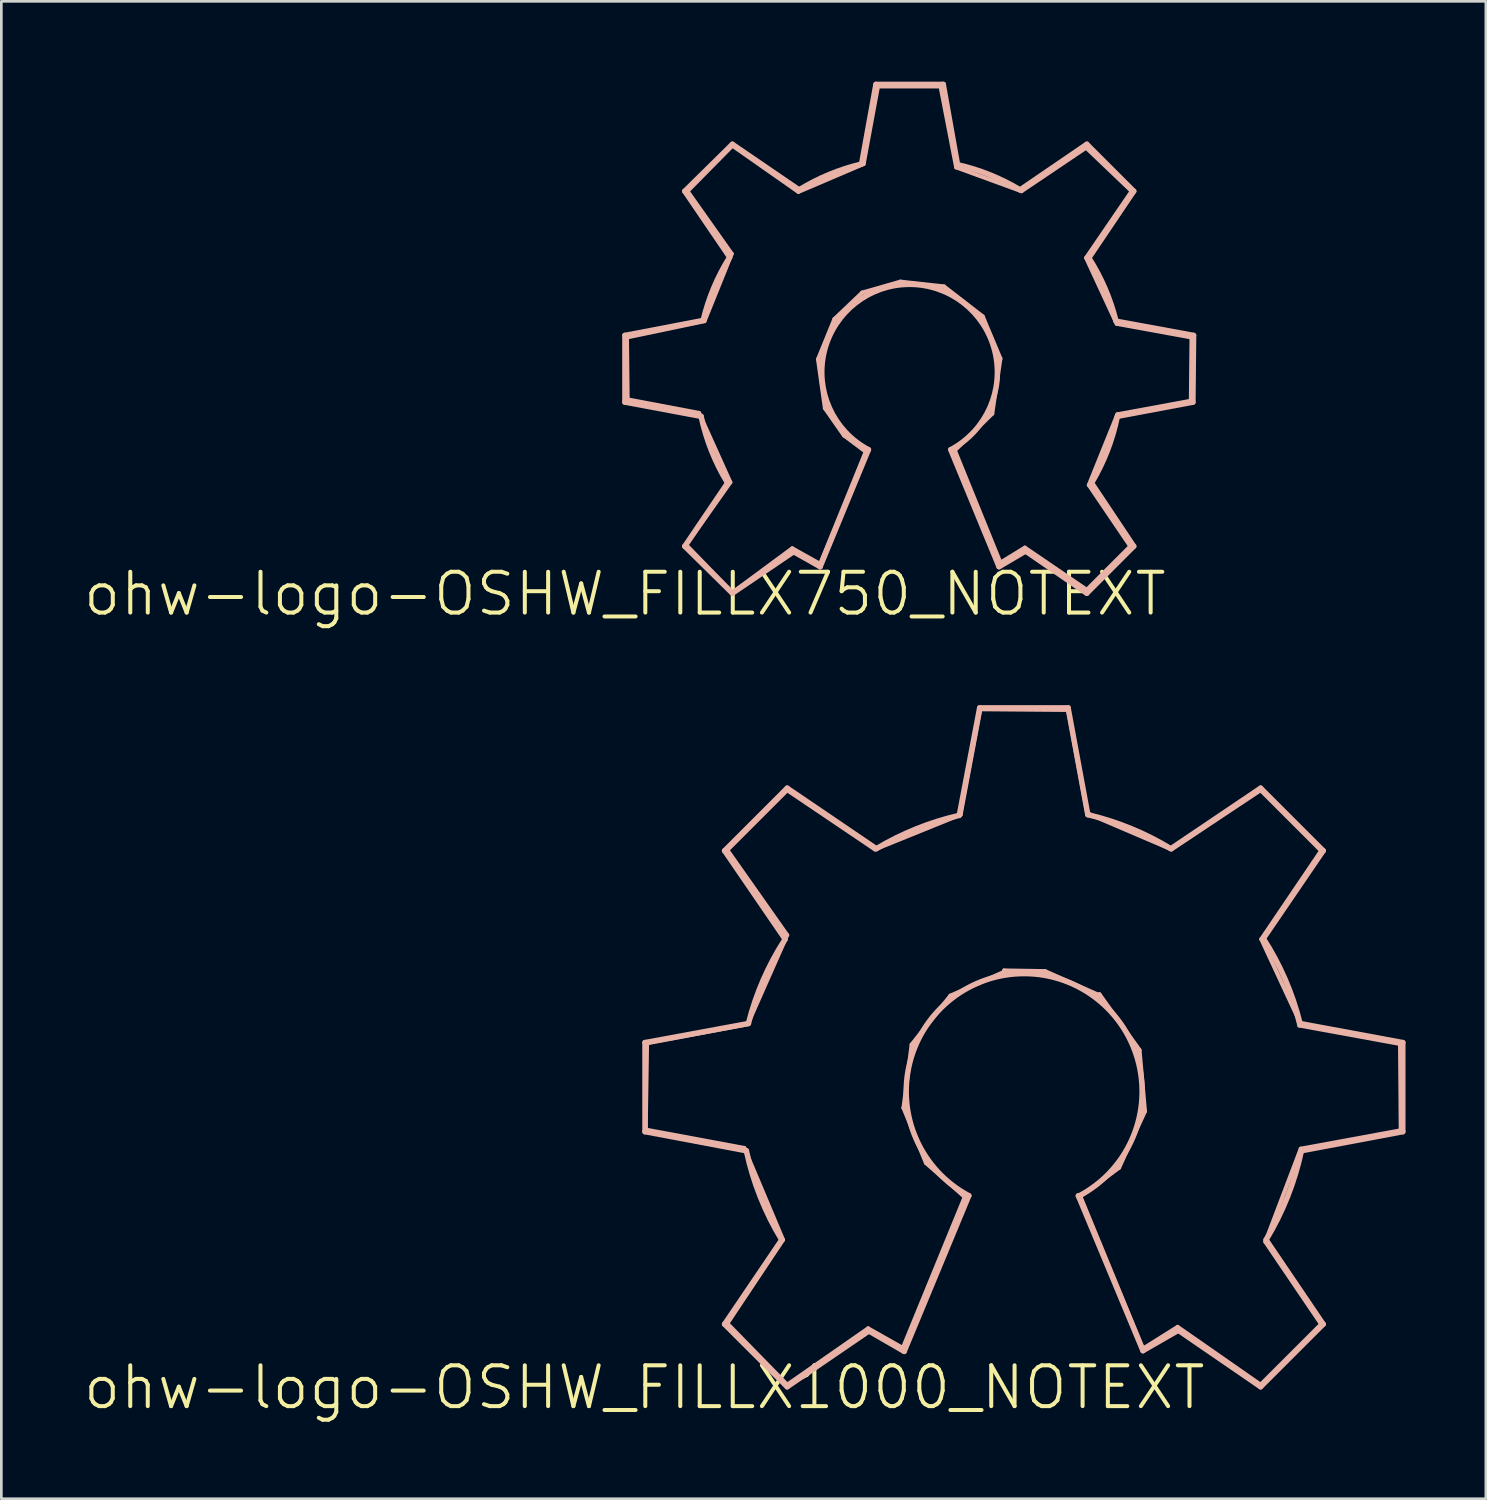
<source format=kicad_pcb>
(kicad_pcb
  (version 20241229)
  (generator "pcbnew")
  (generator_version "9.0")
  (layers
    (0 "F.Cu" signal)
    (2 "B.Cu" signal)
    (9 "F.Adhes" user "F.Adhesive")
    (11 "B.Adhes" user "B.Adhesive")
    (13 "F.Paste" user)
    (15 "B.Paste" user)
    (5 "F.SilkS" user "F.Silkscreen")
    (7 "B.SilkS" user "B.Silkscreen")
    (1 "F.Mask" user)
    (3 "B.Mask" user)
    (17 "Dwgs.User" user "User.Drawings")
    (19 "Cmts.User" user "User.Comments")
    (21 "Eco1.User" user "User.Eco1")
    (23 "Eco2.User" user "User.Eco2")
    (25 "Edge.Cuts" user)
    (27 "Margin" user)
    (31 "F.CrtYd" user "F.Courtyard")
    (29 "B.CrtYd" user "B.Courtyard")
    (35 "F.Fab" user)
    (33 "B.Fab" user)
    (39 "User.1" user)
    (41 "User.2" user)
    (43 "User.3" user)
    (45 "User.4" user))
  (footprint "ohw-logo-OSHW_FILLX1000_NOTEXT"
    (layer "F.Cu")
    (at 21.009 48.757)
    (property "Reference" "ohw-logo-OSHW_FILLX1000_NOTEXT" (at 0 0 0) (layer "F.SilkS") (effects (font (size 1.524 1.524) (thickness 0.15))))
    (attr exclude_from_pos_files exclude_from_bom)
    (fp_line (start 0.025 -12.878) (end 3.886 -13.589) (stroke (width 0.203) (type solid)) (layer "B.SilkS"))
    (fp_line (start 0.025 -9.55) (end 0.025 -12.878) (stroke (width 0.203) (type solid)) (layer "B.SilkS"))
    (fp_line (start 0.051 -9.627) (end 0.102 -12.852) (stroke (width 0.152) (type solid)) (layer "B.SilkS"))
    (fp_line (start 0.102 -12.852) (end 3.861 -13.564) (stroke (width 0.152) (type solid)) (layer "B.SilkS"))
    (fp_line (start 2.997 -20.041) (end 5.334 -22.377) (stroke (width 0.203) (type solid)) (layer "B.SilkS"))
    (fp_line (start 2.997 -2.362) (end 5.131 -5.512) (stroke (width 0.203) (type solid)) (layer "B.SilkS"))
    (fp_line (start 3.099 -20.066) (end 5.334 -22.301) (stroke (width 0.152) (type solid)) (layer "B.SilkS"))
    (fp_line (start 3.099 -2.388) (end 5.179 -5.512) (stroke (width 0.152) (type solid)) (layer "B.SilkS"))
    (fp_line (start 3.734 -8.941) (end 0.051 -9.627) (stroke (width 0.152) (type solid)) (layer "B.SilkS"))
    (fp_line (start 3.81 -8.837) (end 0.025 -9.55) (stroke (width 0.203) (type solid)) (layer "B.SilkS"))
    (fp_line (start 3.861 -13.564) (end 5.334 -16.891) (stroke (width 0.152) (type solid)) (layer "B.SilkS"))
    (fp_line (start 5.179 -5.512) (end 3.734 -8.941) (stroke (width 0.152) (type solid)) (layer "B.SilkS"))
    (fp_line (start 5.258 -16.739) (end 2.997 -20.041) (stroke (width 0.203) (type solid)) (layer "B.SilkS"))
    (fp_line (start 5.334 -22.377) (end 8.661 -20.117) (stroke (width 0.203) (type solid)) (layer "B.SilkS"))
    (fp_line (start 5.334 -22.301) (end 8.611 -20.091) (stroke (width 0.152) (type solid)) (layer "B.SilkS"))
    (fp_line (start 5.334 -16.891) (end 3.099 -20.066) (stroke (width 0.152) (type solid)) (layer "B.SilkS"))
    (fp_line (start 5.334 -0.102) (end 3.099 -2.388) (stroke (width 0.152) (type solid)) (layer "B.SilkS"))
    (fp_line (start 5.334 -0.025) (end 2.997 -2.362) (stroke (width 0.203) (type solid)) (layer "B.SilkS"))
    (fp_line (start 8.357 -2.207) (end 5.334 -0.102) (stroke (width 0.152) (type solid)) (layer "B.SilkS"))
    (fp_line (start 8.382 -2.108) (end 5.334 -0.025) (stroke (width 0.203) (type solid)) (layer "B.SilkS"))
    (fp_line (start 8.611 -20.091) (end 11.811 -21.387) (stroke (width 0.152) (type solid)) (layer "B.SilkS"))
    (fp_line (start 9.652 -1.473) (end 8.357 -2.207) (stroke (width 0.152) (type solid)) (layer "B.SilkS"))
    (fp_line (start 9.677 -10.439) (end 10.516 -8.382) (stroke (width 0.152) (type solid)) (layer "B.SilkS"))
    (fp_line (start 9.703 -1.346) (end 8.382 -2.108) (stroke (width 0.203) (type solid)) (layer "B.SilkS"))
    (fp_line (start 9.982 -12.802) (end 9.677 -10.439) (stroke (width 0.152) (type solid)) (layer "B.SilkS"))
    (fp_line (start 10.516 -8.382) (end 11.963 -7.112) (stroke (width 0.152) (type solid)) (layer "B.SilkS"))
    (fp_line (start 11.43 -14.63) (end 9.982 -12.802) (stroke (width 0.152) (type solid)) (layer "B.SilkS"))
    (fp_line (start 11.76 -21.361) (end 12.522 -25.375) (stroke (width 0.203) (type solid)) (layer "B.SilkS"))
    (fp_line (start 11.811 -21.387) (end 12.548 -25.324) (stroke (width 0.152) (type solid)) (layer "B.SilkS"))
    (fp_line (start 11.963 -7.112) (end 9.652 -1.473) (stroke (width 0.152) (type solid)) (layer "B.SilkS"))
    (fp_line (start 12.116 -7.16) (end 9.703 -1.346) (stroke (width 0.203) (type solid)) (layer "B.SilkS"))
    (fp_line (start 12.522 -25.375) (end 15.824 -25.375) (stroke (width 0.203) (type solid)) (layer "B.SilkS"))
    (fp_line (start 12.548 -25.324) (end 15.824 -25.298) (stroke (width 0.152) (type solid)) (layer "B.SilkS"))
    (fp_line (start 13.437 -15.57) (end 13.437 -15.519) (stroke (width 0.152) (type solid)) (layer "B.SilkS"))
    (fp_line (start 13.437 -15.519) (end 11.43 -14.63) (stroke (width 0.152) (type solid)) (layer "B.SilkS"))
    (fp_line (start 14.961 -15.545) (end 13.437 -15.57) (stroke (width 0.152) (type solid)) (layer "B.SilkS"))
    (fp_line (start 15.824 -25.375) (end 16.561 -21.387) (stroke (width 0.203) (type solid)) (layer "B.SilkS"))
    (fp_line (start 15.824 -25.298) (end 16.535 -21.438) (stroke (width 0.152) (type solid)) (layer "B.SilkS"))
    (fp_line (start 16.281 -7.137) (end 17.727 -8.204) (stroke (width 0.152) (type solid)) (layer "B.SilkS"))
    (fp_line (start 16.535 -21.438) (end 19.685 -20.091) (stroke (width 0.152) (type solid)) (layer "B.SilkS"))
    (fp_line (start 16.967 -14.656) (end 14.961 -15.545) (stroke (width 0.152) (type solid)) (layer "B.SilkS"))
    (fp_line (start 16.993 -14.681) (end 16.967 -14.656) (stroke (width 0.152) (type solid)) (layer "B.SilkS"))
    (fp_line (start 17.727 -8.204) (end 18.694 -10.312) (stroke (width 0.152) (type solid)) (layer "B.SilkS"))
    (fp_line (start 18.491 -12.598) (end 16.993 -14.681) (stroke (width 0.152) (type solid)) (layer "B.SilkS"))
    (fp_line (start 18.618 -1.448) (end 16.281 -7.137) (stroke (width 0.152) (type solid)) (layer "B.SilkS"))
    (fp_line (start 18.618 -1.372) (end 16.205 -7.16) (stroke (width 0.203) (type solid)) (layer "B.SilkS"))
    (fp_line (start 18.694 -10.312) (end 18.491 -12.598) (stroke (width 0.152) (type solid)) (layer "B.SilkS"))
    (fp_line (start 19.66 -20.117) (end 23.012 -22.377) (stroke (width 0.203) (type solid)) (layer "B.SilkS"))
    (fp_line (start 19.685 -20.091) (end 23.012 -22.301) (stroke (width 0.152) (type solid)) (layer "B.SilkS"))
    (fp_line (start 19.914 -2.261) (end 18.618 -1.448) (stroke (width 0.152) (type solid)) (layer "B.SilkS"))
    (fp_line (start 19.939 -2.134) (end 18.618 -1.372) (stroke (width 0.203) (type solid)) (layer "B.SilkS"))
    (fp_line (start 23.012 -22.377) (end 25.349 -20.041) (stroke (width 0.203) (type solid)) (layer "B.SilkS"))
    (fp_line (start 23.012 -22.301) (end 25.273 -20.041) (stroke (width 0.152) (type solid)) (layer "B.SilkS"))
    (fp_line (start 23.012 -0.102) (end 19.914 -2.261) (stroke (width 0.152) (type solid)) (layer "B.SilkS"))
    (fp_line (start 23.012 -0.025) (end 19.939 -2.134) (stroke (width 0.203) (type solid)) (layer "B.SilkS"))
    (fp_line (start 23.038 -16.739) (end 24.359 -13.894) (stroke (width 0.152) (type solid)) (layer "B.SilkS"))
    (fp_line (start 23.19 -5.436) (end 25.273 -2.362) (stroke (width 0.152) (type solid)) (layer "B.SilkS"))
    (fp_line (start 23.216 -5.512) (end 25.349 -2.362) (stroke (width 0.203) (type solid)) (layer "B.SilkS"))
    (fp_line (start 24.359 -13.894) (end 24.46 -13.513) (stroke (width 0.152) (type solid)) (layer "B.SilkS"))
    (fp_line (start 24.46 -13.513) (end 28.219 -12.827) (stroke (width 0.152) (type solid)) (layer "B.SilkS"))
    (fp_line (start 24.486 -13.589) (end 28.321 -12.878) (stroke (width 0.203) (type solid)) (layer "B.SilkS"))
    (fp_line (start 24.511 -8.915) (end 23.19 -5.436) (stroke (width 0.152) (type solid)) (layer "B.SilkS"))
    (fp_line (start 25.273 -20.041) (end 23.038 -16.739) (stroke (width 0.152) (type solid)) (layer "B.SilkS"))
    (fp_line (start 25.273 -2.362) (end 23.012 -0.102) (stroke (width 0.152) (type solid)) (layer "B.SilkS"))
    (fp_line (start 25.349 -20.041) (end 23.114 -16.764) (stroke (width 0.203) (type solid)) (layer "B.SilkS"))
    (fp_line (start 25.349 -2.362) (end 23.012 -0.025) (stroke (width 0.203) (type solid)) (layer "B.SilkS"))
    (fp_line (start 28.219 -12.827) (end 28.245 -9.601) (stroke (width 0.152) (type solid)) (layer "B.SilkS"))
    (fp_line (start 28.245 -9.601) (end 24.511 -8.915) (stroke (width 0.152) (type solid)) (layer "B.SilkS"))
    (fp_line (start 28.321 -12.878) (end 28.321 -9.55) (stroke (width 0.203) (type solid)) (layer "B.SilkS"))
    (fp_line (start 28.321 -9.55) (end 24.536 -8.837) (stroke (width 0.203) (type solid)) (layer "B.SilkS"))
    (fp_arc (start 3.8862 -13.589) (mid 4.438549 -15.212108) (end 5.248576 -16.723209) (stroke (width 0.2032) (type solid)) (layer "B.SilkS"))
    (fp_arc (start 5.1308 -5.5118) (mid 4.330293 -7.116397) (end 3.811588 -8.83293) (stroke (width 0.2032) (type solid)) (layer "B.SilkS"))
    (fp_arc (start 8.6614 -20.1168) (mid 10.159196 -20.8601) (end 11.754829 -21.359942) (stroke (width 0.2032) (type solid)) (layer "B.SilkS"))
    (fp_arc (start 12.1158 -7.16026) (mid 14.206315 -15.453154) (end 16.210272 -7.138919) (stroke (width 0.2032) (type solid)) (layer "B.SilkS"))
    (fp_arc (start 16.5608 -21.3868) (mid 18.157465 -20.876494) (end 19.653326 -20.120085) (stroke (width 0.2032) (type solid)) (layer "B.SilkS"))
    (fp_arc (start 23.114 -16.764) (mid 23.927716 -15.241583) (end 24.481856 -13.606708) (stroke (width 0.2032) (type solid)) (layer "B.SilkS"))
    (fp_arc (start 24.5364 -8.83666) (mid 24.015887 -7.118596) (end 23.216144 -5.511396) (stroke (width 0.2032) (type solid)) (layer "B.SilkS")))
  (footprint "ohw-logo-OSHW_FILLX750_NOTEXT"
    (layer "F.Cu")
    (at 20.284 19.126)
    (property "Reference" "ohw-logo-OSHW_FILLX750_NOTEXT" (at 0 0 0) (layer "F.SilkS") (effects (font (size 1.524 1.524) (thickness 0.15))))
    (attr exclude_from_pos_files exclude_from_bom)
    (fp_line (start 0 -9.652) (end 2.921 -10.211) (stroke (width 0.203) (type solid)) (layer "B.SilkS"))
    (fp_line (start 0 -7.16) (end 0 -9.652) (stroke (width 0.203) (type solid)) (layer "B.SilkS"))
    (fp_line (start 0.076 -9.576) (end 2.972 -10.185) (stroke (width 0.152) (type solid)) (layer "B.SilkS"))
    (fp_line (start 0.102 -7.262) (end 0.076 -9.576) (stroke (width 0.152) (type solid)) (layer "B.SilkS"))
    (fp_line (start 2.235 -15.037) (end 4.013 -16.789) (stroke (width 0.203) (type solid)) (layer "B.SilkS"))
    (fp_line (start 2.235 -1.778) (end 3.835 -4.14) (stroke (width 0.203) (type solid)) (layer "B.SilkS"))
    (fp_line (start 2.286 -1.829) (end 3.937 -4.166) (stroke (width 0.152) (type solid)) (layer "B.SilkS"))
    (fp_line (start 2.337 -15.037) (end 4.013 -16.739) (stroke (width 0.152) (type solid)) (layer "B.SilkS"))
    (fp_line (start 2.769 -6.756) (end 0.102 -7.262) (stroke (width 0.152) (type solid)) (layer "B.SilkS"))
    (fp_line (start 2.845 -6.629) (end 0 -7.16) (stroke (width 0.203) (type solid)) (layer "B.SilkS"))
    (fp_line (start 2.972 -10.185) (end 3.988 -12.7) (stroke (width 0.152) (type solid)) (layer "B.SilkS"))
    (fp_line (start 3.912 -12.573) (end 2.235 -15.037) (stroke (width 0.203) (type solid)) (layer "B.SilkS"))
    (fp_line (start 3.937 -4.166) (end 2.769 -6.756) (stroke (width 0.152) (type solid)) (layer "B.SilkS"))
    (fp_line (start 3.988 -12.7) (end 2.337 -15.037) (stroke (width 0.152) (type solid)) (layer "B.SilkS"))
    (fp_line (start 4.013 -16.789) (end 6.502 -15.088) (stroke (width 0.203) (type solid)) (layer "B.SilkS"))
    (fp_line (start 4.013 -16.739) (end 6.477 -15.011) (stroke (width 0.152) (type solid)) (layer "B.SilkS"))
    (fp_line (start 4.013 -0.051) (end 2.286 -1.829) (stroke (width 0.152) (type solid)) (layer "B.SilkS"))
    (fp_line (start 4.013 -0.025) (end 2.235 -1.778) (stroke (width 0.203) (type solid)) (layer "B.SilkS"))
    (fp_line (start 6.248 -1.702) (end 4.013 -0.051) (stroke (width 0.152) (type solid)) (layer "B.SilkS"))
    (fp_line (start 6.299 -1.575) (end 4.013 -0.025) (stroke (width 0.203) (type solid)) (layer "B.SilkS"))
    (fp_line (start 6.477 -15.011) (end 8.915 -16.053) (stroke (width 0.152) (type solid)) (layer "B.SilkS"))
    (fp_line (start 7.211 -8.76) (end 7.468 -6.934) (stroke (width 0.152) (type solid)) (layer "B.SilkS"))
    (fp_line (start 7.29 -1.118) (end 6.248 -1.702) (stroke (width 0.152) (type solid)) (layer "B.SilkS"))
    (fp_line (start 7.29 -1.016) (end 6.299 -1.575) (stroke (width 0.203) (type solid)) (layer "B.SilkS"))
    (fp_line (start 7.468 -6.934) (end 8.179 -5.918) (stroke (width 0.152) (type solid)) (layer "B.SilkS"))
    (fp_line (start 7.823 -10.262) (end 7.211 -8.76) (stroke (width 0.152) (type solid)) (layer "B.SilkS"))
    (fp_line (start 8.179 -5.918) (end 8.992 -5.309) (stroke (width 0.152) (type solid)) (layer "B.SilkS"))
    (fp_line (start 8.837 -16.053) (end 9.373 -19.025) (stroke (width 0.203) (type solid)) (layer "B.SilkS"))
    (fp_line (start 8.862 -11.252) (end 7.823 -10.262) (stroke (width 0.152) (type solid)) (layer "B.SilkS"))
    (fp_line (start 8.915 -16.053) (end 9.449 -18.948) (stroke (width 0.152) (type solid)) (layer "B.SilkS"))
    (fp_line (start 8.992 -5.309) (end 7.29 -1.118) (stroke (width 0.152) (type solid)) (layer "B.SilkS"))
    (fp_line (start 9.093 -5.385) (end 7.29 -1.016) (stroke (width 0.203) (type solid)) (layer "B.SilkS"))
    (fp_line (start 9.373 -19.025) (end 11.887 -19.025) (stroke (width 0.203) (type solid)) (layer "B.SilkS"))
    (fp_line (start 9.449 -18.948) (end 11.786 -18.948) (stroke (width 0.152) (type solid)) (layer "B.SilkS"))
    (fp_line (start 10.287 -11.659) (end 8.862 -11.252) (stroke (width 0.152) (type solid)) (layer "B.SilkS"))
    (fp_line (start 11.786 -18.948) (end 12.37 -15.926) (stroke (width 0.152) (type solid)) (layer "B.SilkS"))
    (fp_line (start 11.887 -19.025) (end 12.421 -16.027) (stroke (width 0.203) (type solid)) (layer "B.SilkS"))
    (fp_line (start 11.913 -11.481) (end 10.287 -11.659) (stroke (width 0.152) (type solid)) (layer "B.SilkS"))
    (fp_line (start 12.319 -5.359) (end 13.716 -6.731) (stroke (width 0.152) (type solid)) (layer "B.SilkS"))
    (fp_line (start 12.37 -15.926) (end 14.808 -15.037) (stroke (width 0.152) (type solid)) (layer "B.SilkS"))
    (fp_line (start 13.36 -10.361) (end 11.913 -11.481) (stroke (width 0.152) (type solid)) (layer "B.SilkS"))
    (fp_line (start 13.716 -6.731) (end 14.021 -8.786) (stroke (width 0.152) (type solid)) (layer "B.SilkS"))
    (fp_line (start 13.97 -1.016) (end 12.167 -5.385) (stroke (width 0.203) (type solid)) (layer "B.SilkS"))
    (fp_line (start 14.021 -8.786) (end 13.36 -10.361) (stroke (width 0.152) (type solid)) (layer "B.SilkS"))
    (fp_line (start 14.021 -1.168) (end 12.319 -5.359) (stroke (width 0.152) (type solid)) (layer "B.SilkS"))
    (fp_line (start 14.757 -15.088) (end 17.247 -16.789) (stroke (width 0.203) (type solid)) (layer "B.SilkS"))
    (fp_line (start 14.808 -15.037) (end 17.221 -16.662) (stroke (width 0.152) (type solid)) (layer "B.SilkS"))
    (fp_line (start 14.935 -1.727) (end 14.021 -1.168) (stroke (width 0.152) (type solid)) (layer "B.SilkS"))
    (fp_line (start 14.961 -1.6) (end 13.97 -1.016) (stroke (width 0.203) (type solid)) (layer "B.SilkS"))
    (fp_line (start 17.221 -16.662) (end 18.923 -15.037) (stroke (width 0.152) (type solid)) (layer "B.SilkS"))
    (fp_line (start 17.221 -12.548) (end 18.364 -10.084) (stroke (width 0.152) (type solid)) (layer "B.SilkS"))
    (fp_line (start 17.247 -16.789) (end 18.999 -15.037) (stroke (width 0.203) (type solid)) (layer "B.SilkS"))
    (fp_line (start 17.247 -0.152) (end 14.935 -1.727) (stroke (width 0.152) (type solid)) (layer "B.SilkS"))
    (fp_line (start 17.247 -0.025) (end 14.961 -1.6) (stroke (width 0.203) (type solid)) (layer "B.SilkS"))
    (fp_line (start 17.323 -4.064) (end 18.872 -1.778) (stroke (width 0.152) (type solid)) (layer "B.SilkS"))
    (fp_line (start 17.424 -4.14) (end 18.999 -1.778) (stroke (width 0.203) (type solid)) (layer "B.SilkS"))
    (fp_line (start 18.339 -10.185) (end 21.234 -9.652) (stroke (width 0.203) (type solid)) (layer "B.SilkS"))
    (fp_line (start 18.364 -10.084) (end 21.158 -9.576) (stroke (width 0.152) (type solid)) (layer "B.SilkS"))
    (fp_line (start 18.39 -6.706) (end 17.323 -4.064) (stroke (width 0.152) (type solid)) (layer "B.SilkS"))
    (fp_line (start 18.872 -1.778) (end 17.247 -0.152) (stroke (width 0.152) (type solid)) (layer "B.SilkS"))
    (fp_line (start 18.923 -15.037) (end 17.221 -12.548) (stroke (width 0.152) (type solid)) (layer "B.SilkS"))
    (fp_line (start 18.999 -15.037) (end 17.323 -12.548) (stroke (width 0.203) (type solid)) (layer "B.SilkS"))
    (fp_line (start 18.999 -1.778) (end 17.247 -0.025) (stroke (width 0.203) (type solid)) (layer "B.SilkS"))
    (fp_line (start 21.133 -7.211) (end 18.39 -6.706) (stroke (width 0.152) (type solid)) (layer "B.SilkS"))
    (fp_line (start 21.158 -9.576) (end 21.133 -7.211) (stroke (width 0.152) (type solid)) (layer "B.SilkS"))
    (fp_line (start 21.209 -7.16) (end 18.39 -6.629) (stroke (width 0.203) (type solid)) (layer "B.SilkS"))
    (fp_line (start 21.234 -9.652) (end 21.209 -7.16) (stroke (width 0.203) (type solid)) (layer "B.SilkS"))
    (fp_arc (start 2.921 -10.2108) (mid 3.31804 -11.428748) (end 3.907678 -12.566009) (stroke (width 0.2032) (type solid)) (layer "B.SilkS"))
    (fp_arc (start 3.8354 -4.1402) (mid 3.234246 -5.341823) (end 2.845269 -6.627895) (stroke (width 0.2032) (type solid)) (layer "B.SilkS"))
    (fp_arc (start 6.5024 -15.0876) (mid 7.627222 -15.660733) (end 8.828194 -16.0498) (stroke (width 0.2032) (type solid)) (layer "B.SilkS"))
    (fp_arc (start 9.0932 -5.3848) (mid 10.627324 -11.5585) (end 12.171149 -5.387219) (stroke (width 0.2032) (type solid)) (layer "B.SilkS"))
    (fp_arc (start 12.4206 -16.0274) (mid 13.621132 -15.652171) (end 14.747696 -15.092773) (stroke (width 0.2032) (type solid)) (layer "B.SilkS"))
    (fp_arc (start 17.3228 -12.5476) (mid 17.925033 -11.411897) (end 18.336879 -10.194158) (stroke (width 0.2032) (type solid)) (layer "B.SilkS"))
    (fp_arc (start 18.3896 -6.6294) (mid 18.014788 -5.348874) (end 17.430625 -4.149298) (stroke (width 0.2032) (type solid)) (layer "B.SilkS")))
  (gr_rect
    (start -3 -3)
    (end 52.432 52.912)
    (stroke (width 0.1) (type default))
    (fill no)
    (layer "Edge.Cuts")))
</source>
